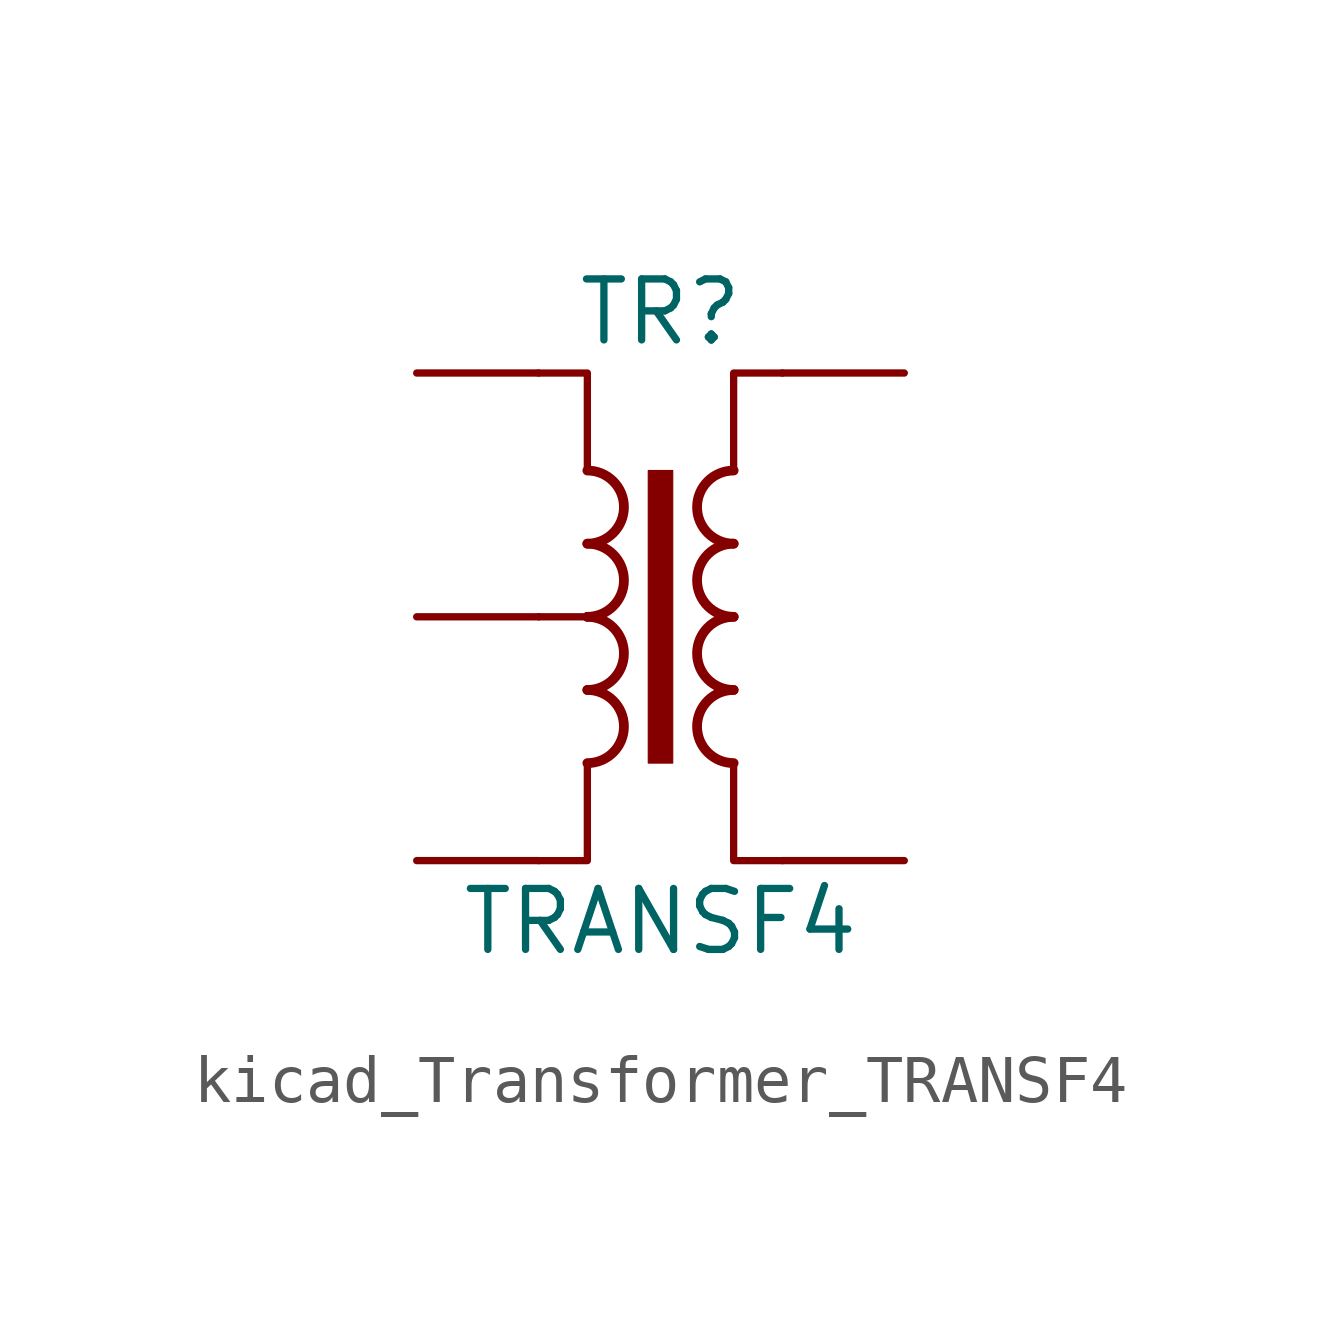
<source format=kicad_sym>
(kicad_symbol_lib
  (version 20220914)
  (generator kicad_symbol_editor)
  (symbol "kicad_Transformer_TRANSF4"
    (pin_numbers hide)
    (pin_names
      (offset 0))
    (property "Reference" "TR"
      (at 0 6.35 0)
      (effects (font (size 1.27 1.27))))
    (property "Value" "TRANSF4"
      (at 0 -6.35 0)
      (effects (font (size 1.27 1.27))))
    (symbol "kicad_Transformer_TRANSF4_0_1"
      (arc (start -1.524 -3.048) (mid -0.7653 -2.286) (end -1.524 -1.524) (stroke (width 0.2032) (type default)) (fill (type none)))
      (arc (start -1.524 -1.524) (mid -0.7653 -0.762) (end -1.524 0) (stroke (width 0.2032) (type default)) (fill (type none)))
      (arc (start -1.524 0) (mid -0.7653 0.762) (end -1.524 1.524) (stroke (width 0.2032) (type default)) (fill (type none)))
      (arc (start -1.524 1.524) (mid -0.7653 2.286) (end -1.524 3.048) (stroke (width 0.2032) (type default)) (fill (type none)))
      (rectangle (start -0.254 3.048) (end 0.254 -3.048) (stroke (width 0.025) (type default)) (fill (type outline)))
      (polyline (pts (xy -1.524 0) (xy -2.54 0) (xy -2.54 0)) (stroke (width 0) (type default)) (fill (type outline)))
      (polyline (pts (xy -2.54 5.08) (xy -1.524 5.08) (xy -1.524 3.048) (xy -1.524 3.048)) (stroke (width 0.152) (type default)) (fill (type none)))
      (polyline (pts (xy -1.524 -3.048) (xy -1.524 -5.08) (xy -2.54 -5.08) (xy -2.54 -5.08)) (stroke (width 0.152) (type default)) (fill (type none)))
      (polyline (pts (xy 1.524 3.048) (xy 1.524 5.08) (xy 2.54 5.08) (xy 2.54 5.08)) (stroke (width 0.152) (type default)) (fill (type none)))
      (polyline (pts (xy 2.54 -5.08) (xy 1.524 -5.08) (xy 1.524 -3.048) (xy 1.524 -3.048)) (stroke (width 0.152) (type default)) (fill (type none)))
      (arc (start 1.524 -1.524) (mid 0.7653 -2.286) (end 1.524 -3.048) (stroke (width 0.2032) (type default)) (fill (type none)))
      (arc (start 1.524 0) (mid 0.7653 -0.762) (end 1.524 -1.524) (stroke (width 0.2032) (type default)) (fill (type none)))
      (arc (start 1.524 1.524) (mid 0.7653 0.762) (end 1.524 0) (stroke (width 0.2032) (type default)) (fill (type none)))
      (arc (start 1.524 3.048) (mid 0.7653 2.286) (end 1.524 1.524) (stroke (width 0.2032) (type default)) (fill (type none))))
    (symbol "kicad_Transformer_TRANSF4_1_1"
      (pin passive line (at -5.08 5.08 0) (length 2.54) (name "~" (effects (font (size 1.27 1.27)))) (number "1" (effects (font (size 1.27 1.27)))))
      (pin passive line (at -5.08 0 0) (length 2.54) (name "~" (effects (font (size 1.27 1.27)))) (number "2" (effects (font (size 1.27 1.27)))))
      (pin passive line (at -5.08 -5.08 0) (length 2.54) (name "~" (effects (font (size 1.27 1.27)))) (number "3" (effects (font (size 1.27 1.27)))))
      (pin passive line (at 5.08 -5.08 180) (length 2.54) (name "~" (effects (font (size 1.27 1.27)))) (number "4" (effects (font (size 1.27 1.27)))))
      (pin passive line (at 5.08 5.08 180) (length 2.54) (name "~" (effects (font (size 1.27 1.27)))) (number "5" (effects (font (size 1.27 1.27))))))))
</source>
